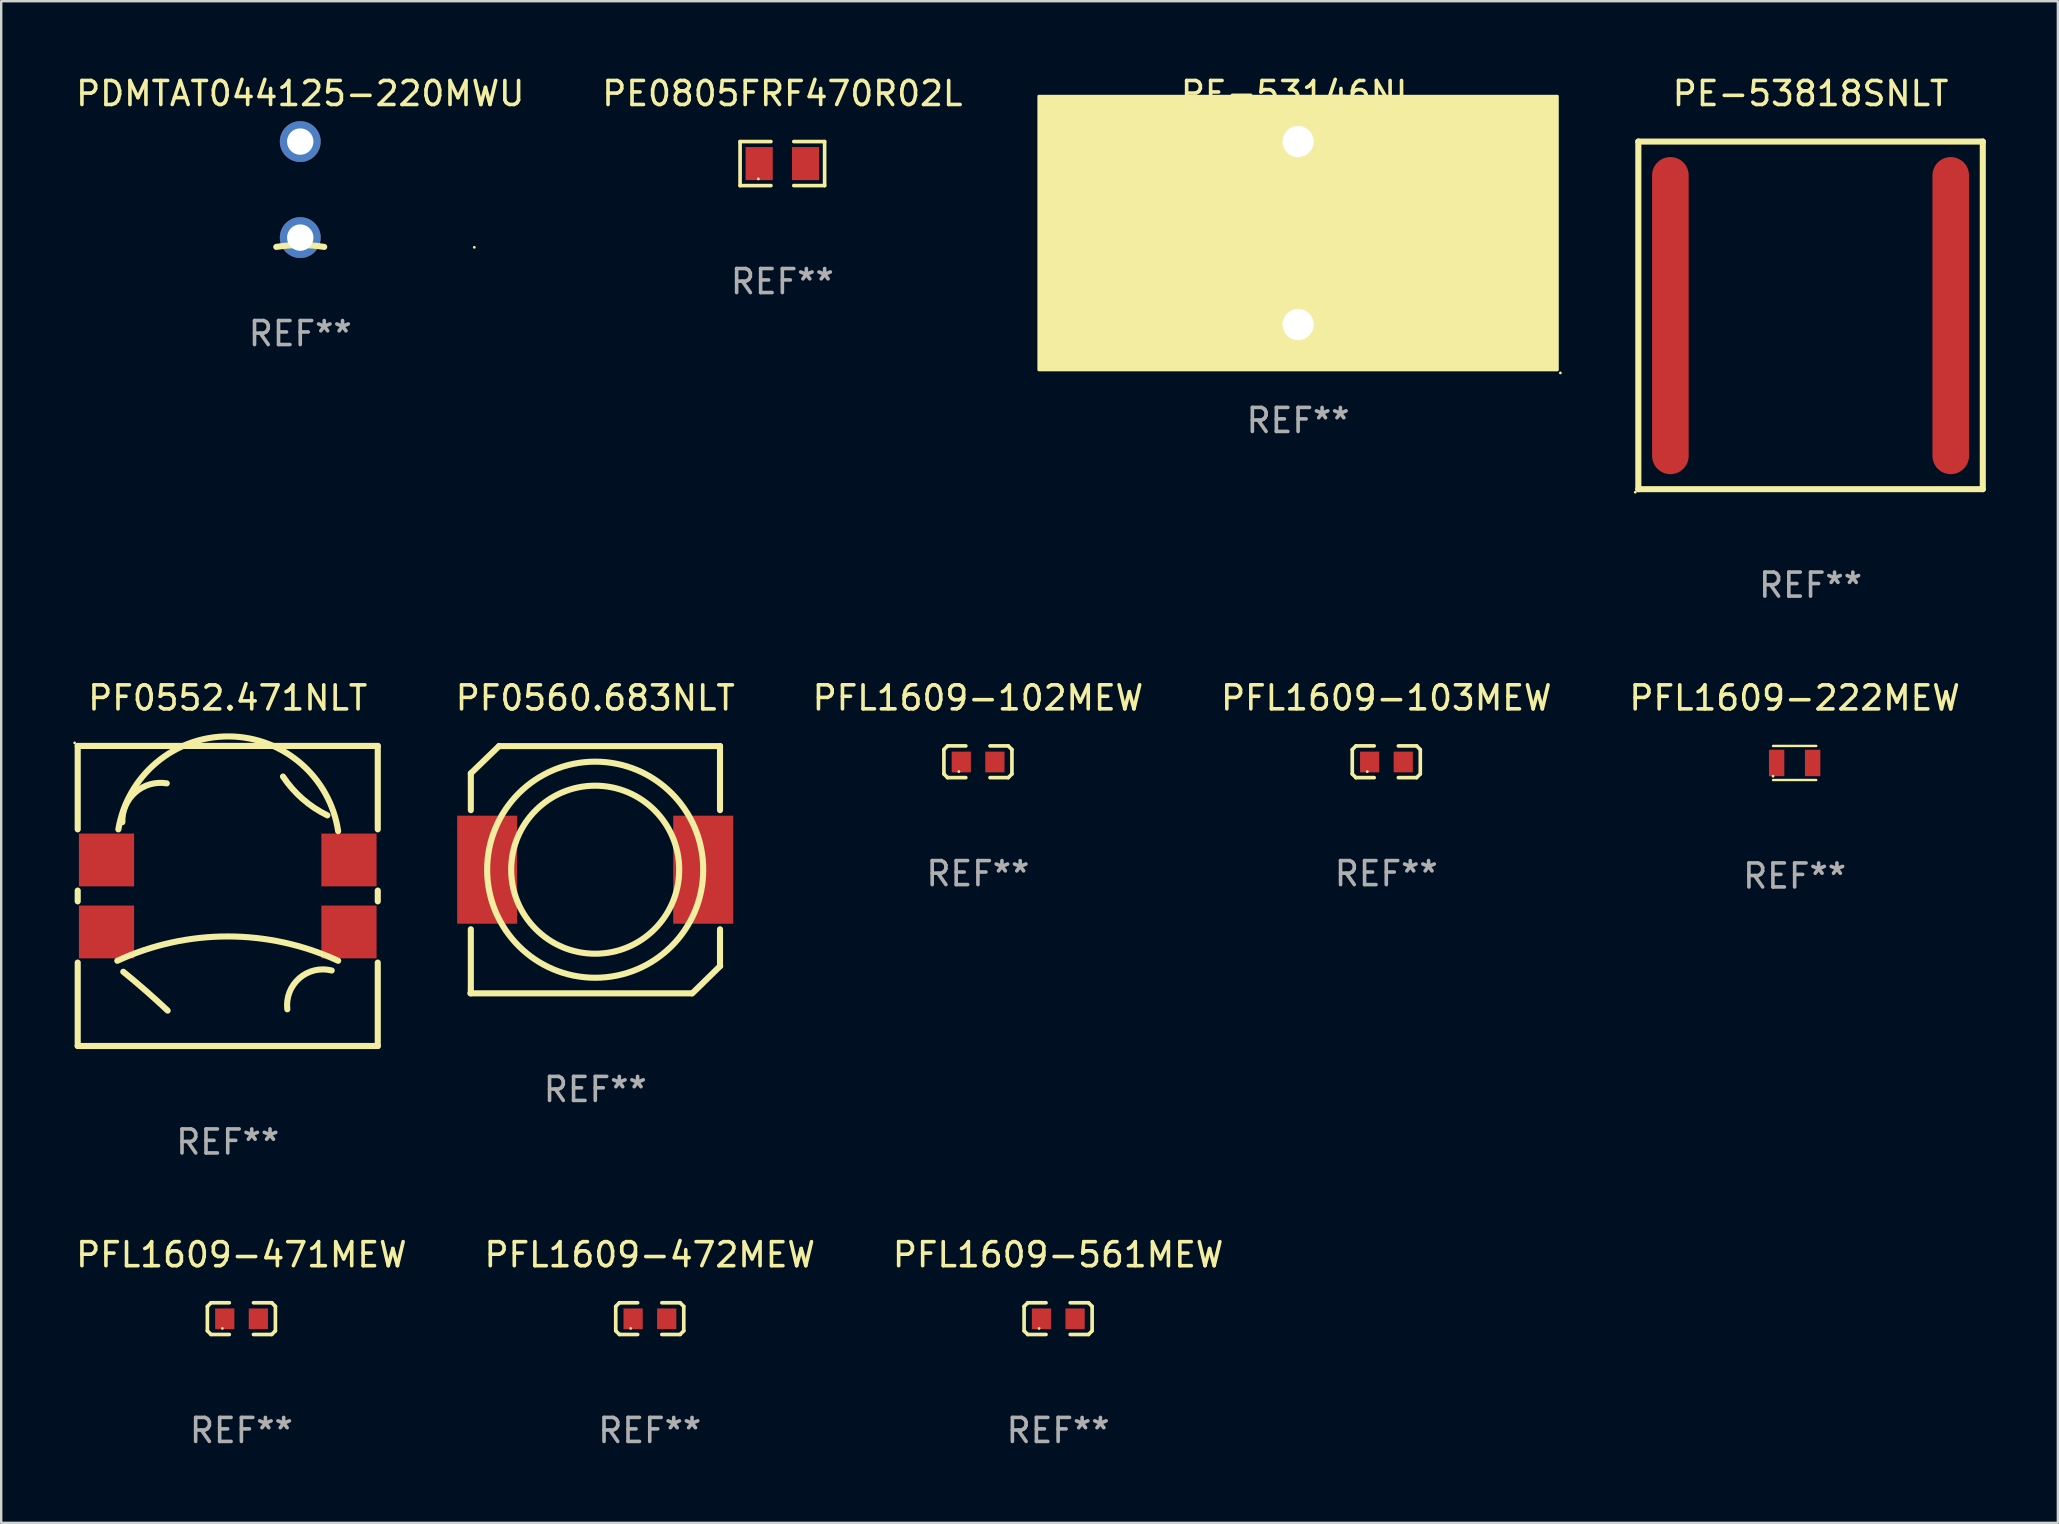
<source format=kicad_pcb>
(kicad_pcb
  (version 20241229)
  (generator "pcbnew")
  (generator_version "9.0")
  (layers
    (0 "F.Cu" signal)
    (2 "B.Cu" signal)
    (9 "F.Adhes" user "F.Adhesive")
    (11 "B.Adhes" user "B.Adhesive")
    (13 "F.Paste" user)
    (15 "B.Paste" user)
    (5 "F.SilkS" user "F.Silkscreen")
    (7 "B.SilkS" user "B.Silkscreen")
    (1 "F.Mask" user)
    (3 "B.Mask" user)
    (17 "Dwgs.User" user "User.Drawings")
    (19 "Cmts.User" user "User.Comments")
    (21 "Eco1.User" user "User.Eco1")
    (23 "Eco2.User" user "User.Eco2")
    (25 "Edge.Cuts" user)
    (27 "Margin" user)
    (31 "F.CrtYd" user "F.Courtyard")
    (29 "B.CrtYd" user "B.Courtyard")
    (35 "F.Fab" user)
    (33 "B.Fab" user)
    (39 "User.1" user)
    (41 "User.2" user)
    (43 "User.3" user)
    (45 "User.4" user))
  (footprint "PFL1609-561MEW"
    (layer "F.Cu")
    (at 41.03 51.882)
    (property "Reference" "PFL1609-561MEW" (at 0 -2.661 0) (layer "F.SilkS") (effects (font (size 1 1) (thickness 0.15))))
    (attr through_hole)
    (fp_line (start -1.417 -0.508) (end -1.265 -0.661) (stroke (width 0.152) (type solid)) (layer "F.SilkS"))
    (fp_line (start -1.417 0.508) (end -1.417 -0.508) (stroke (width 0.152) (type solid)) (layer "F.SilkS"))
    (fp_line (start -1.265 -0.661) (end -0.503 -0.661) (stroke (width 0.152) (type solid)) (layer "F.SilkS"))
    (fp_line (start -1.265 0.661) (end -1.417 0.508) (stroke (width 0.152) (type solid)) (layer "F.SilkS"))
    (fp_line (start -1.265 0.661) (end -0.503 0.661) (stroke (width 0.152) (type solid)) (layer "F.SilkS"))
    (fp_line (start 1.265 -0.661) (end 0.503 -0.661) (stroke (width 0.152) (type solid)) (layer "F.SilkS"))
    (fp_line (start 1.265 -0.661) (end 1.417 -0.508) (stroke (width 0.152) (type solid)) (layer "F.SilkS"))
    (fp_line (start 1.265 0.661) (end 0.503 0.661) (stroke (width 0.152) (type solid)) (layer "F.SilkS"))
    (fp_line (start 1.417 -0.508) (end 1.417 0.508) (stroke (width 0.152) (type solid)) (layer "F.SilkS"))
    (fp_line (start 1.417 0.508) (end 1.265 0.661) (stroke (width 0.152) (type solid)) (layer "F.SilkS"))
    (fp_circle (center -0.793 0.409) (end -0.763 0.409) (stroke (width 0.06) (type solid)) (fill no) (layer "F.SilkS"))
    (fp_text user "REF**" (at 0 4.661 0) (layer "F.Fab") (effects (font (size 1 1) (thickness 0.15))))
    (pad "1" smd rect (at -0.693 0.009 180) (size 0.8 0.864) (layers "F.Cu" "F.Mask" "F.Paste"))
    (pad "2" smd rect (at 0.707 0.009 180) (size 0.8 0.864) (layers "F.Cu" "F.Mask" "F.Paste")))
  (footprint "PE-53146NL"
    (layer "F.Cu")
    (at 51.027 6.658)
    (property "Reference" "PE-53146NL" (at 0 -5.81 0) (layer "F.SilkS") (effects (font (size 1 1) (thickness 0.15))))
    (attr through_hole)
    (fp_circle (center 10.927 5.827) (end 10.957 5.827) (stroke (width 0.06) (type solid)) (fill no) (layer "F.SilkS"))
    (fp_poly (pts (xy -10.8 -5.7) (xy 10.8 -5.7) (xy 10.8 5.7) (xy -10.8 5.7)) (stroke (width 0.12) (type solid)) (fill yes) (layer "F.SilkS"))
    (fp_text user "REF**" (at 0 7.81 0) (layer "F.Fab") (effects (font (size 1 1) (thickness 0.15))))
    (pad "1" thru_hole circle (at 0 3.81) (size 2 2) (drill 1.3) (layers "*.Cu" "*.Mask"))
    (pad "2" thru_hole circle (at 0 -3.81) (size 2 2) (drill 1.3) (layers "*.Cu" "*.Mask")))
  (footprint "PFL1609-471MEW"
    (layer "F.Cu")
    (at 7.006 51.882)
    (property "Reference" "PFL1609-471MEW" (at 0 -2.661 0) (layer "F.SilkS") (effects (font (size 1 1) (thickness 0.15))))
    (attr through_hole)
    (fp_line (start -1.417 -0.508) (end -1.265 -0.661) (stroke (width 0.152) (type solid)) (layer "F.SilkS"))
    (fp_line (start -1.417 0.508) (end -1.417 -0.508) (stroke (width 0.152) (type solid)) (layer "F.SilkS"))
    (fp_line (start -1.265 -0.661) (end -0.503 -0.661) (stroke (width 0.152) (type solid)) (layer "F.SilkS"))
    (fp_line (start -1.265 0.661) (end -1.417 0.508) (stroke (width 0.152) (type solid)) (layer "F.SilkS"))
    (fp_line (start -1.265 0.661) (end -0.503 0.661) (stroke (width 0.152) (type solid)) (layer "F.SilkS"))
    (fp_line (start 1.265 -0.661) (end 0.503 -0.661) (stroke (width 0.152) (type solid)) (layer "F.SilkS"))
    (fp_line (start 1.265 -0.661) (end 1.417 -0.508) (stroke (width 0.152) (type solid)) (layer "F.SilkS"))
    (fp_line (start 1.265 0.661) (end 0.503 0.661) (stroke (width 0.152) (type solid)) (layer "F.SilkS"))
    (fp_line (start 1.417 -0.508) (end 1.417 0.508) (stroke (width 0.152) (type solid)) (layer "F.SilkS"))
    (fp_line (start 1.417 0.508) (end 1.265 0.661) (stroke (width 0.152) (type solid)) (layer "F.SilkS"))
    (fp_circle (center -0.793 0.409) (end -0.763 0.409) (stroke (width 0.06) (type solid)) (fill no) (layer "F.SilkS"))
    (fp_text user "REF**" (at 0 4.661 0) (layer "F.Fab") (effects (font (size 1 1) (thickness 0.15))))
    (pad "1" smd rect (at -0.693 0.009 180) (size 0.8 0.864) (layers "F.Cu" "F.Mask" "F.Paste"))
    (pad "2" smd rect (at 0.707 0.009 180) (size 0.8 0.864) (layers "F.Cu" "F.Mask" "F.Paste")))
  (footprint "PF0552.471NLT"
    (layer "F.Cu")
    (at 6.437 34.275)
    (property "Reference" "PF0552.471NLT" (at 0 -8.25 0) (layer "F.SilkS") (effects (font (size 1 1) (thickness 0.15))))
    (attr through_hole)
    (fp_line (start -6.25 -6.25) (end 6.25 -6.25) (stroke (width 0.254) (type solid)) (layer "F.SilkS"))
    (fp_line (start -6.25 -2.775) (end -6.25 -6.25) (stroke (width 0.254) (type solid)) (layer "F.SilkS"))
    (fp_line (start -6.25 0.225) (end -6.25 -0.225) (stroke (width 0.254) (type solid)) (layer "F.SilkS"))
    (fp_line (start -6.25 6.25) (end -6.25 2.775) (stroke (width 0.254) (type solid)) (layer "F.SilkS"))
    (fp_line (start 6.25 -6.25) (end 6.25 -2.775) (stroke (width 0.254) (type solid)) (layer "F.SilkS"))
    (fp_line (start 6.25 -0.225) (end 6.25 0.225) (stroke (width 0.254) (type solid)) (layer "F.SilkS"))
    (fp_line (start 6.25 2.775) (end 6.25 6.25) (stroke (width 0.254) (type solid)) (layer "F.SilkS"))
    (fp_line (start 6.25 6.25) (end -6.25 6.25) (stroke (width 0.254) (type solid)) (layer "F.SilkS"))
    (fp_arc (start -4.6 2.7) (mid 0 1.686642) (end 4.6 2.7) (stroke (width 0.254001) (type solid)) (layer "F.SilkS"))
    (fp_arc (start -4.556158 -2.77333) (mid 0.053237 -6.646863) (end 4.6 -2.7) (stroke (width 0.254001) (type solid)) (layer "F.SilkS"))
    (fp_arc (start -4.389637 -3.073813) (mid -3.846881 -4.319472) (end -2.540004 -4.691389) (stroke (width 0.254001) (type solid)) (layer "F.SilkS"))
    (fp_arc (start -4.351664 3.158242) (mid -3.411435 3.949406) (end -2.502032 4.775819) (stroke (width 0.254001) (type solid)) (layer "F.SilkS"))
    (fp_arc (start 2.482118 4.722251) (mid 2.981804 3.427343) (end 4.33175 3.104674) (stroke (width 0.254001) (type solid)) (layer "F.SilkS"))
    (fp_arc (start 4.151664 -3.358141) (mid 3.118222 -4.04272) (end 2.302033 -4.975718) (stroke (width 0.254001) (type solid)) (layer "F.SilkS"))
    (fp_circle (center -6.377 -6.377) (end -6.347 -6.377) (stroke (width 0.06) (type solid)) (fill no) (layer "F.SilkS"))
    (fp_text user "REF**" (at 0 10.25 0) (layer "F.Fab") (effects (font (size 1 1) (thickness 0.15))))
    (pad "1" smd rect (at -5.05 -1.5) (size 2.3 2.2) (layers "F.Cu" "F.Mask" "F.Paste"))
    (pad "2" smd rect (at 5.05 -1.5) (size 2.3 2.2) (layers "F.Cu" "F.Mask" "F.Paste"))
    (pad "3" smd rect (at -5.05 1.5) (size 2.3 2.2) (layers "F.Cu" "F.Mask" "F.Paste"))
    (pad "4" smd rect (at 5.05 1.5) (size 2.3 2.2) (layers "F.Cu" "F.Mask" "F.Paste")))
  (footprint "PE-53818SNLT"
    (layer "F.Cu")
    (at 72.376 10.088)
    (property "Reference" "PE-53818SNLT" (at 0 -9.24 0) (layer "F.SilkS") (effects (font (size 1 1) (thickness 0.15))))
    (attr through_hole)
    (fp_line (start -7.175 -7.24) (end -7.175 7.24) (stroke (width 0.254) (type solid)) (layer "F.SilkS"))
    (fp_line (start -7.175 -7.24) (end 7.175 -7.24) (stroke (width 0.254) (type solid)) (layer "F.SilkS"))
    (fp_line (start -7.175 7.24) (end 7.175 7.24) (stroke (width 0.254) (type solid)) (layer "F.SilkS"))
    (fp_line (start 7.175 -7.24) (end 7.175 7.24) (stroke (width 0.254) (type solid)) (layer "F.SilkS"))
    (fp_circle (center -7.302 7.367) (end -7.272 7.367) (stroke (width 0.06) (type solid)) (fill no) (layer "F.SilkS"))
    (fp_text user "REF**" (at 0 11.24 0) (layer "F.Fab") (effects (font (size 1 1) (thickness 0.15))))
    (pad "1" smd oval (at -5.84 0.01) (size 1.524 13.21) (layers "F.Cu" "F.Mask" "F.Paste"))
    (pad "2" smd oval (at 5.84 0.01) (size 1.524 13.21) (layers "F.Cu" "F.Mask" "F.Paste")))
  (footprint "PFL1609-102MEW"
    (layer "F.Cu")
    (at 37.689 28.685)
    (property "Reference" "PFL1609-102MEW" (at 0 -2.661 0) (layer "F.SilkS") (effects (font (size 1 1) (thickness 0.15))))
    (attr through_hole)
    (fp_line (start -1.417 -0.508) (end -1.265 -0.661) (stroke (width 0.152) (type solid)) (layer "F.SilkS"))
    (fp_line (start -1.417 0.508) (end -1.417 -0.508) (stroke (width 0.152) (type solid)) (layer "F.SilkS"))
    (fp_line (start -1.265 -0.661) (end -0.503 -0.661) (stroke (width 0.152) (type solid)) (layer "F.SilkS"))
    (fp_line (start -1.265 0.661) (end -1.417 0.508) (stroke (width 0.152) (type solid)) (layer "F.SilkS"))
    (fp_line (start -1.265 0.661) (end -0.503 0.661) (stroke (width 0.152) (type solid)) (layer "F.SilkS"))
    (fp_line (start 1.265 -0.661) (end 0.503 -0.661) (stroke (width 0.152) (type solid)) (layer "F.SilkS"))
    (fp_line (start 1.265 -0.661) (end 1.417 -0.508) (stroke (width 0.152) (type solid)) (layer "F.SilkS"))
    (fp_line (start 1.265 0.661) (end 0.503 0.661) (stroke (width 0.152) (type solid)) (layer "F.SilkS"))
    (fp_line (start 1.417 -0.508) (end 1.417 0.508) (stroke (width 0.152) (type solid)) (layer "F.SilkS"))
    (fp_line (start 1.417 0.508) (end 1.265 0.661) (stroke (width 0.152) (type solid)) (layer "F.SilkS"))
    (fp_circle (center -0.793 0.409) (end -0.763 0.409) (stroke (width 0.06) (type solid)) (fill no) (layer "F.SilkS"))
    (fp_text user "REF**" (at 0 4.661 0) (layer "F.Fab") (effects (font (size 1 1) (thickness 0.15))))
    (pad "1" smd rect (at -0.693 0.009 180) (size 0.8 0.864) (layers "F.Cu" "F.Mask" "F.Paste"))
    (pad "2" smd rect (at 0.707 0.009 180) (size 0.8 0.864) (layers "F.Cu" "F.Mask" "F.Paste")))
  (footprint "PDMTAT044125-220MWU"
    (layer "F.Cu")
    (at 9.458 4.848)
    (property "Reference" "PDMTAT044125-220MWU" (at 0 -4 0) (layer "F.SilkS") (effects (font (size 1 1) (thickness 0.15))))
    (attr through_hole)
    (fp_arc (start -0.998247 2.387401) (mid 0.000015 2.310064) (end 0.998273 2.387452) (stroke (width 0.254001) (type solid)) (layer "F.SilkS"))
    (fp_circle (center 7.251 2.405) (end 7.281 2.405) (stroke (width 0.06) (type solid)) (fill no) (layer "F.SilkS"))
    (fp_text user "REF**" (at 0 6 0) (layer "F.Fab") (effects (font (size 1 1) (thickness 0.15))))
    (pad "1" thru_hole circle (at 0 2) (size 1.7 1.7) (drill 1.1) (layers "*.Cu" "*.Mask"))
    (pad "2" thru_hole circle (at 0 -2) (size 1.7 1.7) (drill 1.1) (layers "*.Cu" "*.Mask")))
  (footprint "PE0805FRF470R02L"
    (layer "F.Cu")
    (at 29.542 3.765)
    (property "Reference" "PE0805FRF470R02L" (at 0 -2.917 0) (layer "F.SilkS") (effects (font (size 1 1) (thickness 0.15))))
    (attr through_hole)
    (fp_line (start -1.761 -0.917) (end -0.476 -0.917) (stroke (width 0.152) (type solid)) (layer "F.SilkS"))
    (fp_line (start -1.761 0.917) (end -1.761 -0.917) (stroke (width 0.152) (type solid)) (layer "F.SilkS"))
    (fp_line (start -0.476 0.917) (end -1.761 0.917) (stroke (width 0.152) (type solid)) (layer "F.SilkS"))
    (fp_line (start 0.476 0.917) (end 1.761 0.917) (stroke (width 0.152) (type solid)) (layer "F.SilkS"))
    (fp_line (start 1.761 -0.917) (end 0.476 -0.917) (stroke (width 0.152) (type solid)) (layer "F.SilkS"))
    (fp_line (start 1.761 0.917) (end 1.761 -0.917) (stroke (width 0.152) (type solid)) (layer "F.SilkS"))
    (fp_circle (center -1 0.638) (end -0.97 0.638) (stroke (width 0.06) (type solid)) (fill no) (layer "F.SilkS"))
    (fp_text user "REF**" (at 0 4.917 0) (layer "F.Fab") (effects (font (size 1 1) (thickness 0.15))))
    (pad "1" smd rect (at -0.966 0) (size 1.133 1.377) (layers "F.Cu" "F.Mask" "F.Paste"))
    (pad "2" smd rect (at 0.966 0) (size 1.133 1.377) (layers "F.Cu" "F.Mask" "F.Paste")))
  (footprint "PFL1609-222MEW"
    (layer "F.Cu")
    (at 71.713 28.735)
    (property "Reference" "PFL1609-222MEW" (at 0 -2.71 0) (layer "F.SilkS") (effects (font (size 1 1) (thickness 0.15))))
    (attr through_hole)
    (fp_line (start -0.9 -0.71) (end 0.9 -0.71) (stroke (width 0.1) (type solid)) (layer "F.SilkS"))
    (fp_line (start 0.9 0.71) (end -0.9 0.71) (stroke (width 0.1) (type solid)) (layer "F.SilkS"))
    (fp_circle (center -0.9 0.55) (end -0.87 0.55) (stroke (width 0.06) (type solid)) (fill no) (layer "F.SilkS"))
    (fp_text user "REF**" (at 0 4.71 0) (layer "F.Fab") (effects (font (size 1 1) (thickness 0.15))))
    (pad "1" smd rect (at -0.75 0) (size 0.64 1.1) (layers "F.Cu" "F.Mask" "F.Paste"))
    (pad "2" smd rect (at 0.75 0) (size 0.64 1.1) (layers "F.Cu" "F.Mask" "F.Paste")))
  (footprint "PF0560.683NLT"
    (layer "F.Cu")
    (at 21.749 33.181)
    (property "Reference" "PF0560.683NLT" (at 0 -7.156 0) (layer "F.SilkS") (effects (font (size 1 1) (thickness 0.15))))
    (attr through_hole)
    (fp_line (start -5.185 -4.013) (end -5.185 -2.481) (stroke (width 0.254) (type solid)) (layer "F.SilkS"))
    (fp_line (start -5.185 2.481) (end -5.185 5.15) (stroke (width 0.254) (type solid)) (layer "F.SilkS"))
    (fp_line (start -4.004 -5.156) (end -5.185 -4.013) (stroke (width 0.254) (type solid)) (layer "F.SilkS"))
    (fp_line (start -4.004 -5.15) (end 5.196 -5.15) (stroke (width 0.254) (type solid)) (layer "F.SilkS"))
    (fp_line (start 3.996 5.15) (end -5.203 5.15) (stroke (width 0.254) (type solid)) (layer "F.SilkS"))
    (fp_line (start 5.196 -5.15) (end 5.196 -2.481) (stroke (width 0.254) (type solid)) (layer "F.SilkS"))
    (fp_line (start 5.196 2.481) (end 5.196 4.013) (stroke (width 0.254) (type solid)) (layer "F.SilkS"))
    (fp_line (start 5.203 4.013) (end 4.035 5.156) (stroke (width 0.254) (type solid)) (layer "F.SilkS"))
    (fp_circle (center -5.254 5) (end -5.224 5) (stroke (width 0.06) (type solid)) (fill no) (layer "F.SilkS"))
    (fp_circle (center -0.004 0) (end 3.496 0) (stroke (width 0.254) (type solid)) (fill no) (layer "F.SilkS"))
    (fp_circle (center -0.004 0) (end 4.497 0) (stroke (width 0.254) (type solid)) (fill no) (layer "F.SilkS"))
    (fp_text user "XXX" (at -2.544 0.091 0) (layer "B.Mask") (effects (font (size 1 1) (thickness 0.15))))
    (fp_text user "REF**" (at 0 9.156 0) (layer "F.Fab") (effects (font (size 1 1) (thickness 0.15))))
    (pad "1" smd rect (at -4.504 0) (size 2.5 4.5) (layers "F.Cu" "F.Mask" "F.Paste"))
    (pad "2" smd rect (at 4.497 0) (size 2.5 4.5) (layers "F.Cu" "F.Mask" "F.Paste")))
  (footprint "PFL1609-103MEW"
    (layer "F.Cu")
    (at 54.701 28.685)
    (property "Reference" "PFL1609-103MEW" (at 0 -2.661 0) (layer "F.SilkS") (effects (font (size 1 1) (thickness 0.15))))
    (attr through_hole)
    (fp_line (start -1.417 -0.508) (end -1.265 -0.661) (stroke (width 0.152) (type solid)) (layer "F.SilkS"))
    (fp_line (start -1.417 0.508) (end -1.417 -0.508) (stroke (width 0.152) (type solid)) (layer "F.SilkS"))
    (fp_line (start -1.265 -0.661) (end -0.503 -0.661) (stroke (width 0.152) (type solid)) (layer "F.SilkS"))
    (fp_line (start -1.265 0.661) (end -1.417 0.508) (stroke (width 0.152) (type solid)) (layer "F.SilkS"))
    (fp_line (start -1.265 0.661) (end -0.503 0.661) (stroke (width 0.152) (type solid)) (layer "F.SilkS"))
    (fp_line (start 1.265 -0.661) (end 0.503 -0.661) (stroke (width 0.152) (type solid)) (layer "F.SilkS"))
    (fp_line (start 1.265 -0.661) (end 1.417 -0.508) (stroke (width 0.152) (type solid)) (layer "F.SilkS"))
    (fp_line (start 1.265 0.661) (end 0.503 0.661) (stroke (width 0.152) (type solid)) (layer "F.SilkS"))
    (fp_line (start 1.417 -0.508) (end 1.417 0.508) (stroke (width 0.152) (type solid)) (layer "F.SilkS"))
    (fp_line (start 1.417 0.508) (end 1.265 0.661) (stroke (width 0.152) (type solid)) (layer "F.SilkS"))
    (fp_circle (center -0.793 0.409) (end -0.763 0.409) (stroke (width 0.06) (type solid)) (fill no) (layer "F.SilkS"))
    (fp_text user "REF**" (at 0 4.661 0) (layer "F.Fab") (effects (font (size 1 1) (thickness 0.15))))
    (pad "1" smd rect (at -0.693 0.009 180) (size 0.8 0.864) (layers "F.Cu" "F.Mask" "F.Paste"))
    (pad "2" smd rect (at 0.707 0.009 180) (size 0.8 0.864) (layers "F.Cu" "F.Mask" "F.Paste")))
  (footprint "PFL1609-472MEW"
    (layer "F.Cu")
    (at 24.018 51.882)
    (property "Reference" "PFL1609-472MEW" (at 0 -2.661 0) (layer "F.SilkS") (effects (font (size 1 1) (thickness 0.15))))
    (attr through_hole)
    (fp_line (start -1.417 -0.508) (end -1.265 -0.661) (stroke (width 0.152) (type solid)) (layer "F.SilkS"))
    (fp_line (start -1.417 0.508) (end -1.417 -0.508) (stroke (width 0.152) (type solid)) (layer "F.SilkS"))
    (fp_line (start -1.265 -0.661) (end -0.503 -0.661) (stroke (width 0.152) (type solid)) (layer "F.SilkS"))
    (fp_line (start -1.265 0.661) (end -1.417 0.508) (stroke (width 0.152) (type solid)) (layer "F.SilkS"))
    (fp_line (start -1.265 0.661) (end -0.503 0.661) (stroke (width 0.152) (type solid)) (layer "F.SilkS"))
    (fp_line (start 1.265 -0.661) (end 0.503 -0.661) (stroke (width 0.152) (type solid)) (layer "F.SilkS"))
    (fp_line (start 1.265 -0.661) (end 1.417 -0.508) (stroke (width 0.152) (type solid)) (layer "F.SilkS"))
    (fp_line (start 1.265 0.661) (end 0.503 0.661) (stroke (width 0.152) (type solid)) (layer "F.SilkS"))
    (fp_line (start 1.417 -0.508) (end 1.417 0.508) (stroke (width 0.152) (type solid)) (layer "F.SilkS"))
    (fp_line (start 1.417 0.508) (end 1.265 0.661) (stroke (width 0.152) (type solid)) (layer "F.SilkS"))
    (fp_circle (center -0.793 0.409) (end -0.763 0.409) (stroke (width 0.06) (type solid)) (fill no) (layer "F.SilkS"))
    (fp_text user "REF**" (at 0 4.661 0) (layer "F.Fab") (effects (font (size 1 1) (thickness 0.15))))
    (pad "1" smd rect (at -0.693 0.009 180) (size 0.8 0.864) (layers "F.Cu" "F.Mask" "F.Paste"))
    (pad "2" smd rect (at 0.707 0.009 180) (size 0.8 0.864) (layers "F.Cu" "F.Mask" "F.Paste")))
  (gr_rect
    (start -3 -3)
    (end 82.678 60.391)
    (stroke (width 0.1) (type default))
    (fill no)
    (layer "Edge.Cuts")))
</source>
